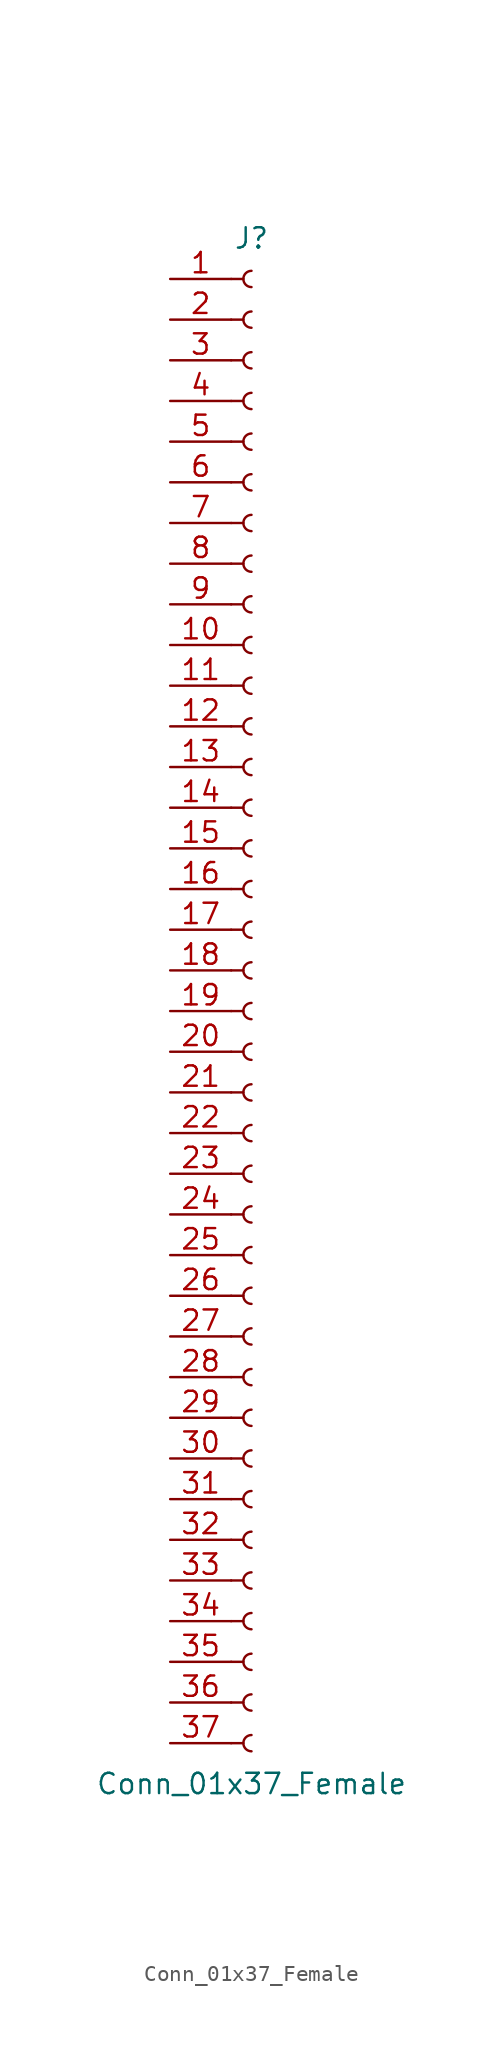
<source format=kicad_sym>
(kicad_symbol_lib
  (version 20220914)
  (generator kicad_symbol_editor)
  (symbol "Conn_01x37_Female"
    (pin_names
      (offset 1.016) hide)
    (property "Reference" "J"
      (at 0 48.26 0)
      (effects (font (size 1.27 1.27))))
    (property "Value" "Conn_01x37_Female"
      (at 0 -48.26 0)
      (effects (font (size 1.27 1.27))))
    (symbol "Conn_01x37_Female_1_1"
      (arc (start 0 -45.212) (mid -0.5058 -45.72) (end 0 -46.228) (stroke (width 0.1524) (type default)) (fill (type none)))
      (arc (start 0 -42.672) (mid -0.5058 -43.18) (end 0 -43.688) (stroke (width 0.1524) (type default)) (fill (type none)))
      (arc (start 0 -40.132) (mid -0.5058 -40.64) (end 0 -41.148) (stroke (width 0.1524) (type default)) (fill (type none)))
      (arc (start 0 -37.592) (mid -0.5058 -38.1) (end 0 -38.608) (stroke (width 0.1524) (type default)) (fill (type none)))
      (arc (start 0 -35.052) (mid -0.5058 -35.56) (end 0 -36.068) (stroke (width 0.1524) (type default)) (fill (type none)))
      (arc (start 0 -32.512) (mid -0.5058 -33.02) (end 0 -33.528) (stroke (width 0.1524) (type default)) (fill (type none)))
      (arc (start 0 -29.972) (mid -0.5058 -30.48) (end 0 -30.988) (stroke (width 0.1524) (type default)) (fill (type none)))
      (arc (start 0 -27.432) (mid -0.5058 -27.94) (end 0 -28.448) (stroke (width 0.1524) (type default)) (fill (type none)))
      (arc (start 0 -24.892) (mid -0.5058 -25.4) (end 0 -25.908) (stroke (width 0.1524) (type default)) (fill (type none)))
      (arc (start 0 -22.352) (mid -0.5058 -22.86) (end 0 -23.368) (stroke (width 0.1524) (type default)) (fill (type none)))
      (arc (start 0 -19.812) (mid -0.5058 -20.32) (end 0 -20.828) (stroke (width 0.1524) (type default)) (fill (type none)))
      (arc (start 0 -17.272) (mid -0.5058 -17.78) (end 0 -18.288) (stroke (width 0.1524) (type default)) (fill (type none)))
      (arc (start 0 -14.732) (mid -0.5058 -15.24) (end 0 -15.748) (stroke (width 0.1524) (type default)) (fill (type none)))
      (arc (start 0 -12.192) (mid -0.5058 -12.7) (end 0 -13.208) (stroke (width 0.1524) (type default)) (fill (type none)))
      (arc (start 0 -9.652) (mid -0.5058 -10.16) (end 0 -10.668) (stroke (width 0.1524) (type default)) (fill (type none)))
      (arc (start 0 -7.112) (mid -0.5058 -7.62) (end 0 -8.128) (stroke (width 0.1524) (type default)) (fill (type none)))
      (arc (start 0 -4.572) (mid -0.5058 -5.08) (end 0 -5.588) (stroke (width 0.1524) (type default)) (fill (type none)))
      (arc (start 0 -2.032) (mid -0.5058 -2.54) (end 0 -3.048) (stroke (width 0.1524) (type default)) (fill (type none)))
      (polyline (pts (xy -1.27 -45.72) (xy -0.508 -45.72)) (stroke (width 0.152) (type default)) (fill (type none)))
      (polyline (pts (xy -1.27 -43.18) (xy -0.508 -43.18)) (stroke (width 0.152) (type default)) (fill (type none)))
      (polyline (pts (xy -1.27 -40.64) (xy -0.508 -40.64)) (stroke (width 0.152) (type default)) (fill (type none)))
      (polyline (pts (xy -1.27 -38.1) (xy -0.508 -38.1)) (stroke (width 0.152) (type default)) (fill (type none)))
      (polyline (pts (xy -1.27 -35.56) (xy -0.508 -35.56)) (stroke (width 0.152) (type default)) (fill (type none)))
      (polyline (pts (xy -1.27 -33.02) (xy -0.508 -33.02)) (stroke (width 0.152) (type default)) (fill (type none)))
      (polyline (pts (xy -1.27 -30.48) (xy -0.508 -30.48)) (stroke (width 0.152) (type default)) (fill (type none)))
      (polyline (pts (xy -1.27 -27.94) (xy -0.508 -27.94)) (stroke (width 0.152) (type default)) (fill (type none)))
      (polyline (pts (xy -1.27 -25.4) (xy -0.508 -25.4)) (stroke (width 0.152) (type default)) (fill (type none)))
      (polyline (pts (xy -1.27 -22.86) (xy -0.508 -22.86)) (stroke (width 0.152) (type default)) (fill (type none)))
      (polyline (pts (xy -1.27 -20.32) (xy -0.508 -20.32)) (stroke (width 0.152) (type default)) (fill (type none)))
      (polyline (pts (xy -1.27 -17.78) (xy -0.508 -17.78)) (stroke (width 0.152) (type default)) (fill (type none)))
      (polyline (pts (xy -1.27 -15.24) (xy -0.508 -15.24)) (stroke (width 0.152) (type default)) (fill (type none)))
      (polyline (pts (xy -1.27 -12.7) (xy -0.508 -12.7)) (stroke (width 0.152) (type default)) (fill (type none)))
      (polyline (pts (xy -1.27 -10.16) (xy -0.508 -10.16)) (stroke (width 0.152) (type default)) (fill (type none)))
      (polyline (pts (xy -1.27 -7.62) (xy -0.508 -7.62)) (stroke (width 0.152) (type default)) (fill (type none)))
      (polyline (pts (xy -1.27 -5.08) (xy -0.508 -5.08)) (stroke (width 0.152) (type default)) (fill (type none)))
      (polyline (pts (xy -1.27 -2.54) (xy -0.508 -2.54)) (stroke (width 0.152) (type default)) (fill (type none)))
      (polyline (pts (xy -1.27 0) (xy -0.508 0)) (stroke (width 0.152) (type default)) (fill (type none)))
      (polyline (pts (xy -1.27 2.54) (xy -0.508 2.54)) (stroke (width 0.152) (type default)) (fill (type none)))
      (polyline (pts (xy -1.27 5.08) (xy -0.508 5.08)) (stroke (width 0.152) (type default)) (fill (type none)))
      (polyline (pts (xy -1.27 7.62) (xy -0.508 7.62)) (stroke (width 0.152) (type default)) (fill (type none)))
      (polyline (pts (xy -1.27 10.16) (xy -0.508 10.16)) (stroke (width 0.152) (type default)) (fill (type none)))
      (polyline (pts (xy -1.27 12.7) (xy -0.508 12.7)) (stroke (width 0.152) (type default)) (fill (type none)))
      (polyline (pts (xy -1.27 15.24) (xy -0.508 15.24)) (stroke (width 0.152) (type default)) (fill (type none)))
      (polyline (pts (xy -1.27 17.78) (xy -0.508 17.78)) (stroke (width 0.152) (type default)) (fill (type none)))
      (polyline (pts (xy -1.27 20.32) (xy -0.508 20.32)) (stroke (width 0.152) (type default)) (fill (type none)))
      (polyline (pts (xy -1.27 22.86) (xy -0.508 22.86)) (stroke (width 0.152) (type default)) (fill (type none)))
      (polyline (pts (xy -1.27 25.4) (xy -0.508 25.4)) (stroke (width 0.152) (type default)) (fill (type none)))
      (polyline (pts (xy -1.27 27.94) (xy -0.508 27.94)) (stroke (width 0.152) (type default)) (fill (type none)))
      (polyline (pts (xy -1.27 30.48) (xy -0.508 30.48)) (stroke (width 0.152) (type default)) (fill (type none)))
      (polyline (pts (xy -1.27 33.02) (xy -0.508 33.02)) (stroke (width 0.152) (type default)) (fill (type none)))
      (polyline (pts (xy -1.27 35.56) (xy -0.508 35.56)) (stroke (width 0.152) (type default)) (fill (type none)))
      (polyline (pts (xy -1.27 38.1) (xy -0.508 38.1)) (stroke (width 0.152) (type default)) (fill (type none)))
      (polyline (pts (xy -1.27 40.64) (xy -0.508 40.64)) (stroke (width 0.152) (type default)) (fill (type none)))
      (polyline (pts (xy -1.27 43.18) (xy -0.508 43.18)) (stroke (width 0.152) (type default)) (fill (type none)))
      (polyline (pts (xy -1.27 45.72) (xy -0.508 45.72)) (stroke (width 0.152) (type default)) (fill (type none)))
      (arc (start 0 0.508) (mid -0.5058 0) (end 0 -0.508) (stroke (width 0.1524) (type default)) (fill (type none)))
      (arc (start 0 3.048) (mid -0.5058 2.54) (end 0 2.032) (stroke (width 0.1524) (type default)) (fill (type none)))
      (arc (start 0 5.588) (mid -0.5058 5.08) (end 0 4.572) (stroke (width 0.1524) (type default)) (fill (type none)))
      (arc (start 0 8.128) (mid -0.5058 7.62) (end 0 7.112) (stroke (width 0.1524) (type default)) (fill (type none)))
      (arc (start 0 10.668) (mid -0.5058 10.16) (end 0 9.652) (stroke (width 0.1524) (type default)) (fill (type none)))
      (arc (start 0 13.208) (mid -0.5058 12.7) (end 0 12.192) (stroke (width 0.1524) (type default)) (fill (type none)))
      (arc (start 0 15.748) (mid -0.5058 15.24) (end 0 14.732) (stroke (width 0.1524) (type default)) (fill (type none)))
      (arc (start 0 18.288) (mid -0.5058 17.78) (end 0 17.272) (stroke (width 0.1524) (type default)) (fill (type none)))
      (arc (start 0 20.828) (mid -0.5058 20.32) (end 0 19.812) (stroke (width 0.1524) (type default)) (fill (type none)))
      (arc (start 0 23.368) (mid -0.5058 22.86) (end 0 22.352) (stroke (width 0.1524) (type default)) (fill (type none)))
      (arc (start 0 25.908) (mid -0.5058 25.4) (end 0 24.892) (stroke (width 0.1524) (type default)) (fill (type none)))
      (arc (start 0 28.448) (mid -0.5058 27.94) (end 0 27.432) (stroke (width 0.1524) (type default)) (fill (type none)))
      (arc (start 0 30.988) (mid -0.5058 30.48) (end 0 29.972) (stroke (width 0.1524) (type default)) (fill (type none)))
      (arc (start 0 33.528) (mid -0.5058 33.02) (end 0 32.512) (stroke (width 0.1524) (type default)) (fill (type none)))
      (arc (start 0 36.068) (mid -0.5058 35.56) (end 0 35.052) (stroke (width 0.1524) (type default)) (fill (type none)))
      (arc (start 0 38.608) (mid -0.5058 38.1) (end 0 37.592) (stroke (width 0.1524) (type default)) (fill (type none)))
      (arc (start 0 41.148) (mid -0.5058 40.64) (end 0 40.132) (stroke (width 0.1524) (type default)) (fill (type none)))
      (arc (start 0 43.688) (mid -0.5058 43.18) (end 0 42.672) (stroke (width 0.1524) (type default)) (fill (type none)))
      (arc (start 0 46.228) (mid -0.5058 45.72) (end 0 45.212) (stroke (width 0.1524) (type default)) (fill (type none)))
      (pin passive line (at -5.08 45.72 0) (length 3.81) (name "Pin_1" (effects (font (size 1.27 1.27)))) (number "1" (effects (font (size 1.27 1.27)))))
      (pin passive line (at -5.08 22.86 0) (length 3.81) (name "Pin_10" (effects (font (size 1.27 1.27)))) (number "10" (effects (font (size 1.27 1.27)))))
      (pin passive line (at -5.08 20.32 0) (length 3.81) (name "Pin_11" (effects (font (size 1.27 1.27)))) (number "11" (effects (font (size 1.27 1.27)))))
      (pin passive line (at -5.08 17.78 0) (length 3.81) (name "Pin_12" (effects (font (size 1.27 1.27)))) (number "12" (effects (font (size 1.27 1.27)))))
      (pin passive line (at -5.08 15.24 0) (length 3.81) (name "Pin_13" (effects (font (size 1.27 1.27)))) (number "13" (effects (font (size 1.27 1.27)))))
      (pin passive line (at -5.08 12.7 0) (length 3.81) (name "Pin_14" (effects (font (size 1.27 1.27)))) (number "14" (effects (font (size 1.27 1.27)))))
      (pin passive line (at -5.08 10.16 0) (length 3.81) (name "Pin_15" (effects (font (size 1.27 1.27)))) (number "15" (effects (font (size 1.27 1.27)))))
      (pin passive line (at -5.08 7.62 0) (length 3.81) (name "Pin_16" (effects (font (size 1.27 1.27)))) (number "16" (effects (font (size 1.27 1.27)))))
      (pin passive line (at -5.08 5.08 0) (length 3.81) (name "Pin_17" (effects (font (size 1.27 1.27)))) (number "17" (effects (font (size 1.27 1.27)))))
      (pin passive line (at -5.08 2.54 0) (length 3.81) (name "Pin_18" (effects (font (size 1.27 1.27)))) (number "18" (effects (font (size 1.27 1.27)))))
      (pin passive line (at -5.08 0 0) (length 3.81) (name "Pin_19" (effects (font (size 1.27 1.27)))) (number "19" (effects (font (size 1.27 1.27)))))
      (pin passive line (at -5.08 43.18 0) (length 3.81) (name "Pin_2" (effects (font (size 1.27 1.27)))) (number "2" (effects (font (size 1.27 1.27)))))
      (pin passive line (at -5.08 -2.54 0) (length 3.81) (name "Pin_20" (effects (font (size 1.27 1.27)))) (number "20" (effects (font (size 1.27 1.27)))))
      (pin passive line (at -5.08 -5.08 0) (length 3.81) (name "Pin_21" (effects (font (size 1.27 1.27)))) (number "21" (effects (font (size 1.27 1.27)))))
      (pin passive line (at -5.08 -7.62 0) (length 3.81) (name "Pin_22" (effects (font (size 1.27 1.27)))) (number "22" (effects (font (size 1.27 1.27)))))
      (pin passive line (at -5.08 -10.16 0) (length 3.81) (name "Pin_23" (effects (font (size 1.27 1.27)))) (number "23" (effects (font (size 1.27 1.27)))))
      (pin passive line (at -5.08 -12.7 0) (length 3.81) (name "Pin_24" (effects (font (size 1.27 1.27)))) (number "24" (effects (font (size 1.27 1.27)))))
      (pin passive line (at -5.08 -15.24 0) (length 3.81) (name "Pin_25" (effects (font (size 1.27 1.27)))) (number "25" (effects (font (size 1.27 1.27)))))
      (pin passive line (at -5.08 -17.78 0) (length 3.81) (name "Pin_26" (effects (font (size 1.27 1.27)))) (number "26" (effects (font (size 1.27 1.27)))))
      (pin passive line (at -5.08 -20.32 0) (length 3.81) (name "Pin_27" (effects (font (size 1.27 1.27)))) (number "27" (effects (font (size 1.27 1.27)))))
      (pin passive line (at -5.08 -22.86 0) (length 3.81) (name "Pin_28" (effects (font (size 1.27 1.27)))) (number "28" (effects (font (size 1.27 1.27)))))
      (pin passive line (at -5.08 -25.4 0) (length 3.81) (name "Pin_29" (effects (font (size 1.27 1.27)))) (number "29" (effects (font (size 1.27 1.27)))))
      (pin passive line (at -5.08 40.64 0) (length 3.81) (name "Pin_3" (effects (font (size 1.27 1.27)))) (number "3" (effects (font (size 1.27 1.27)))))
      (pin passive line (at -5.08 -27.94 0) (length 3.81) (name "Pin_30" (effects (font (size 1.27 1.27)))) (number "30" (effects (font (size 1.27 1.27)))))
      (pin passive line (at -5.08 -30.48 0) (length 3.81) (name "Pin_31" (effects (font (size 1.27 1.27)))) (number "31" (effects (font (size 1.27 1.27)))))
      (pin passive line (at -5.08 -33.02 0) (length 3.81) (name "Pin_32" (effects (font (size 1.27 1.27)))) (number "32" (effects (font (size 1.27 1.27)))))
      (pin passive line (at -5.08 -35.56 0) (length 3.81) (name "Pin_33" (effects (font (size 1.27 1.27)))) (number "33" (effects (font (size 1.27 1.27)))))
      (pin passive line (at -5.08 -38.1 0) (length 3.81) (name "Pin_34" (effects (font (size 1.27 1.27)))) (number "34" (effects (font (size 1.27 1.27)))))
      (pin passive line (at -5.08 -40.64 0) (length 3.81) (name "Pin_35" (effects (font (size 1.27 1.27)))) (number "35" (effects (font (size 1.27 1.27)))))
      (pin passive line (at -5.08 -43.18 0) (length 3.81) (name "Pin_36" (effects (font (size 1.27 1.27)))) (number "36" (effects (font (size 1.27 1.27)))))
      (pin passive line (at -5.08 -45.72 0) (length 3.81) (name "Pin_37" (effects (font (size 1.27 1.27)))) (number "37" (effects (font (size 1.27 1.27)))))
      (pin passive line (at -5.08 38.1 0) (length 3.81) (name "Pin_4" (effects (font (size 1.27 1.27)))) (number "4" (effects (font (size 1.27 1.27)))))
      (pin passive line (at -5.08 35.56 0) (length 3.81) (name "Pin_5" (effects (font (size 1.27 1.27)))) (number "5" (effects (font (size 1.27 1.27)))))
      (pin passive line (at -5.08 33.02 0) (length 3.81) (name "Pin_6" (effects (font (size 1.27 1.27)))) (number "6" (effects (font (size 1.27 1.27)))))
      (pin passive line (at -5.08 30.48 0) (length 3.81) (name "Pin_7" (effects (font (size 1.27 1.27)))) (number "7" (effects (font (size 1.27 1.27)))))
      (pin passive line (at -5.08 27.94 0) (length 3.81) (name "Pin_8" (effects (font (size 1.27 1.27)))) (number "8" (effects (font (size 1.27 1.27)))))
      (pin passive line (at -5.08 25.4 0) (length 3.81) (name "Pin_9" (effects (font (size 1.27 1.27)))) (number "9" (effects (font (size 1.27 1.27))))))))
</source>
